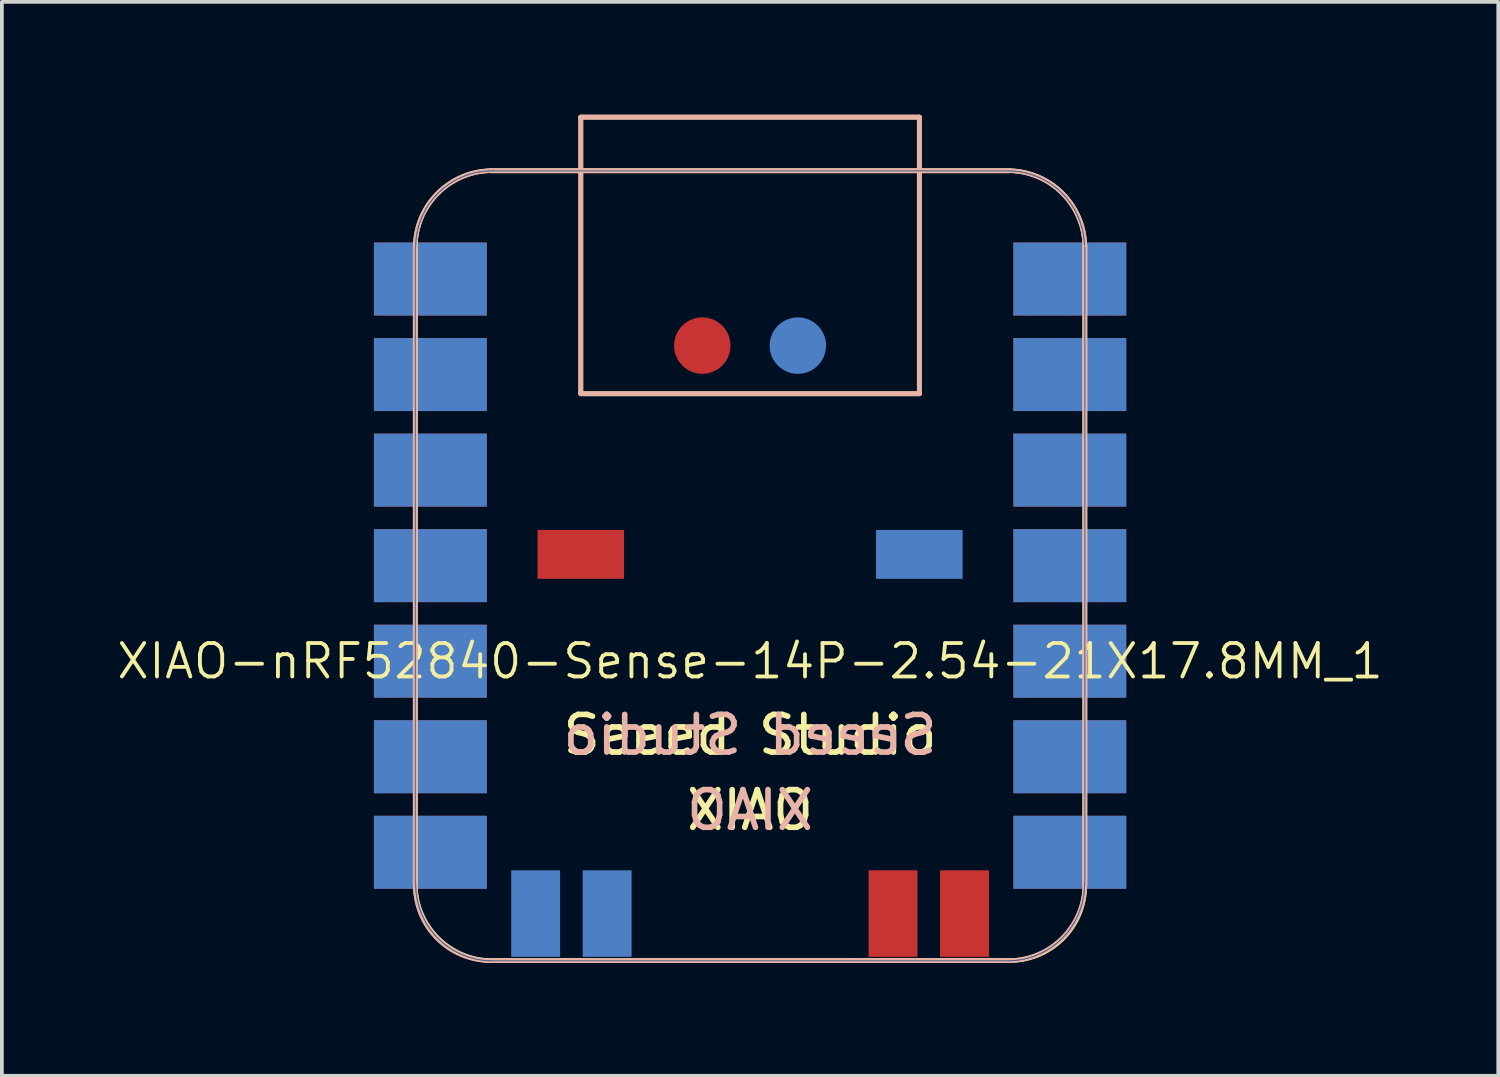
<source format=kicad_pcb>
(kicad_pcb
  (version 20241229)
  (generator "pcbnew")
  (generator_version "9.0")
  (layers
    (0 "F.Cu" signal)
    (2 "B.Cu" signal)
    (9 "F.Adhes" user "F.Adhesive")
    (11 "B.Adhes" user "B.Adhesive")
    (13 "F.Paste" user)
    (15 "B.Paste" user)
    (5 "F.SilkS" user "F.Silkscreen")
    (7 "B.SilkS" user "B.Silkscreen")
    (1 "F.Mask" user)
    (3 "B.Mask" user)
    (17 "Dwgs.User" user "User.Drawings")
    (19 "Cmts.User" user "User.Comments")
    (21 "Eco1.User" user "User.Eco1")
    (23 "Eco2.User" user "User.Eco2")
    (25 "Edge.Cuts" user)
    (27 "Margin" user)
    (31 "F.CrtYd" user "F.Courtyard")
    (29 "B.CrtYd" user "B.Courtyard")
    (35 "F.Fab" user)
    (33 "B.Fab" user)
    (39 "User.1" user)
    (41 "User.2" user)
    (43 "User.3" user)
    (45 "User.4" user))
  (footprint "XIAO-nRF52840-Sense-14P-2.54-21X17.8MM_1"
    (layer "F.Cu")
    (at 16.891 11.988)
    (property "Reference" "XIAO-nRF52840-Sense-14P-2.54-21X17.8MM_1" (at 0 2.54 0) (layer "F.SilkS") (effects (font (size 0.889 0.889) (thickness 0.102))))
    (attr smd)
    (fp_line (start -8.9 -8.5) (end -8.9 8.5) (stroke (width 0.127) (type solid)) (layer "F.SilkS"))
    (fp_line (start -6.9 10.5) (end 6.9 10.5) (stroke (width 0.127) (type solid)) (layer "F.SilkS"))
    (fp_line (start -4.5 -11.924) (end 4.5 -11.924) (stroke (width 0.127) (type solid)) (layer "F.SilkS"))
    (fp_line (start -4.5 -4.571) (end -4.5 -11.924) (stroke (width 0.127) (type solid)) (layer "F.SilkS"))
    (fp_line (start 4.5 -11.924) (end 4.5 -4.571) (stroke (width 0.127) (type solid)) (layer "F.SilkS"))
    (fp_line (start 4.5 -4.571) (end -4.5 -4.571) (stroke (width 0.127) (type solid)) (layer "F.SilkS"))
    (fp_line (start 6.9 -10.499) (end -6.9 -10.499) (stroke (width 0.127) (type solid)) (layer "F.SilkS"))
    (fp_line (start 8.9 8.5) (end 8.9 -8.5) (stroke (width 0.127) (type solid)) (layer "F.SilkS"))
    (fp_arc (start -8.9 -8.5) (mid -8.301491 -9.901491) (end -6.9 -10.5) (stroke (width 0.12) (type solid)) (layer "F.SilkS"))
    (fp_arc (start -6.9 10.5) (mid -8.301423 9.901423) (end -8.9 8.5) (stroke (width 0.12) (type solid)) (layer "F.SilkS"))
    (fp_arc (start 6.9 -10.5) (mid 8.301491 -9.901491) (end 8.9 -8.5) (stroke (width 0.12) (type solid)) (layer "F.SilkS"))
    (fp_arc (start 8.9 8.5) (mid 8.314214 9.914214) (end 6.9 10.5) (stroke (width 0.12) (type solid)) (layer "F.SilkS"))
    (fp_poly (pts (xy -8.888 -8.562) (xy -8.885 -8.61) (xy -8.881 -8.659)) (stroke (width 0.025) (type solid)) (fill no) (layer "F.SilkS"))
    (fp_poly (pts (xy 8.889 8.522) (xy 8.888 8.571) (xy 8.885 8.62) (xy 8.881 8.669) (xy 8.875 8.717) (xy 8.869 8.766) (xy 8.861 8.815) (xy 8.852 8.863) (xy 8.842 8.911)) (stroke (width 0.025) (type solid)) (fill no) (layer "F.SilkS"))
    (fp_line (start -8.9 8.5) (end -8.9 -8.5) (stroke (width 0.127) (type solid)) (layer "B.SilkS"))
    (fp_line (start -6.9 -10.499) (end 6.9 -10.499) (stroke (width 0.127) (type solid)) (layer "B.SilkS"))
    (fp_line (start -4.5 -11.924) (end -4.5 -4.571) (stroke (width 0.127) (type solid)) (layer "B.SilkS"))
    (fp_line (start -4.5 -4.571) (end 4.5 -4.571) (stroke (width 0.127) (type solid)) (layer "B.SilkS"))
    (fp_line (start 4.5 -11.924) (end -4.5 -11.924) (stroke (width 0.127) (type solid)) (layer "B.SilkS"))
    (fp_line (start 4.5 -4.571) (end 4.5 -11.924) (stroke (width 0.127) (type solid)) (layer "B.SilkS"))
    (fp_line (start 6.9 10.5) (end -6.9 10.5) (stroke (width 0.127) (type solid)) (layer "B.SilkS"))
    (fp_line (start 8.9 -8.5) (end 8.9 8.5) (stroke (width 0.127) (type solid)) (layer "B.SilkS"))
    (fp_arc (start -8.9 -8.5) (mid -8.301488 -9.901482) (end -6.9 -10.5) (stroke (width 0.12) (type solid)) (layer "B.SilkS"))
    (fp_arc (start -6.9 10.5) (mid -8.314214 9.914214) (end -8.9 8.5) (stroke (width 0.12) (type solid)) (layer "B.SilkS"))
    (fp_arc (start 6.9 -10.5) (mid 8.301491 -9.901491) (end 8.9 -8.5) (stroke (width 0.12) (type solid)) (layer "B.SilkS"))
    (fp_arc (start 8.9 8.5) (mid 8.301423 9.901423) (end 6.9 10.5) (stroke (width 0.12) (type solid)) (layer "B.SilkS"))
    (fp_poly (pts (xy 8.888 -8.562) (xy 8.885 -8.61) (xy 8.881 -8.659)) (stroke (width 0.025) (type solid)) (fill no) (layer "B.SilkS"))
    (fp_poly (pts (xy -8.889 8.522) (xy -8.888 8.571) (xy -8.885 8.62) (xy -8.881 8.669) (xy -8.875 8.717) (xy -8.869 8.766) (xy -8.861 8.815) (xy -8.852 8.863) (xy -8.842 8.911)) (stroke (width 0.025) (type solid)) (fill no) (layer "B.SilkS"))
    (fp_line (start -8.9 8.473) (end -8.9 -8.463) (stroke (width 0.025) (type solid)) (layer "B.Fab"))
    (fp_line (start -8.89 -8.463) (end -8.889 -8.512) (stroke (width 0.025) (type solid)) (layer "B.Fab"))
    (fp_line (start -8.889 -8.512) (end -8.888 -8.562) (stroke (width 0.025) (type solid)) (layer "B.Fab"))
    (fp_line (start -8.889 8.522) (end -8.89 8.473) (stroke (width 0.025) (type solid)) (layer "B.Fab"))
    (fp_line (start -8.888 -8.562) (end -8.885 -8.61) (stroke (width 0.025) (type solid)) (layer "B.Fab"))
    (fp_line (start -8.888 8.571) (end -8.889 8.522) (stroke (width 0.025) (type solid)) (layer "B.Fab"))
    (fp_line (start -8.885 -8.61) (end -8.881 -8.659) (stroke (width 0.025) (type solid)) (layer "B.Fab"))
    (fp_line (start -8.885 8.62) (end -8.888 8.571) (stroke (width 0.025) (type solid)) (layer "B.Fab"))
    (fp_line (start -8.881 -8.659) (end -8.875 -8.708) (stroke (width 0.025) (type solid)) (layer "B.Fab"))
    (fp_line (start -8.881 8.669) (end -8.885 8.62) (stroke (width 0.025) (type solid)) (layer "B.Fab"))
    (fp_line (start -8.875 -8.708) (end -8.869 -8.757) (stroke (width 0.025) (type solid)) (layer "B.Fab"))
    (fp_line (start -8.875 8.717) (end -8.881 8.669) (stroke (width 0.025) (type solid)) (layer "B.Fab"))
    (fp_line (start -8.869 -8.757) (end -8.861 -8.806) (stroke (width 0.025) (type solid)) (layer "B.Fab"))
    (fp_line (start -8.869 8.766) (end -8.875 8.717) (stroke (width 0.025) (type solid)) (layer "B.Fab"))
    (fp_line (start -8.861 -8.806) (end -8.852 -8.854) (stroke (width 0.025) (type solid)) (layer "B.Fab"))
    (fp_line (start -8.861 8.815) (end -8.869 8.766) (stroke (width 0.025) (type solid)) (layer "B.Fab"))
    (fp_line (start -8.852 -8.854) (end -8.842 -8.902) (stroke (width 0.025) (type solid)) (layer "B.Fab"))
    (fp_line (start -8.852 8.863) (end -8.861 8.815) (stroke (width 0.025) (type solid)) (layer "B.Fab"))
    (fp_line (start -8.842 -8.902) (end -8.831 -8.95) (stroke (width 0.025) (type solid)) (layer "B.Fab"))
    (fp_line (start -8.842 8.911) (end -8.852 8.863) (stroke (width 0.025) (type solid)) (layer "B.Fab"))
    (fp_line (start -8.831 -8.95) (end -8.819 -8.997) (stroke (width 0.025) (type solid)) (layer "B.Fab"))
    (fp_line (start -8.831 8.959) (end -8.842 8.911) (stroke (width 0.025) (type solid)) (layer "B.Fab"))
    (fp_line (start -8.819 -8.997) (end -8.805 -9.045) (stroke (width 0.025) (type solid)) (layer "B.Fab"))
    (fp_line (start -8.819 9.006) (end -8.831 8.959) (stroke (width 0.025) (type solid)) (layer "B.Fab"))
    (fp_line (start -8.805 -9.045) (end -8.79 -9.091) (stroke (width 0.025) (type solid)) (layer "B.Fab"))
    (fp_line (start -8.805 9.054) (end -8.819 9.006) (stroke (width 0.025) (type solid)) (layer "B.Fab"))
    (fp_line (start -8.79 -9.091) (end -8.775 -9.138) (stroke (width 0.025) (type solid)) (layer "B.Fab"))
    (fp_line (start -8.79 9.1) (end -8.805 9.054) (stroke (width 0.025) (type solid)) (layer "B.Fab"))
    (fp_line (start -8.775 -9.138) (end -8.758 -9.184) (stroke (width 0.025) (type solid)) (layer "B.Fab"))
    (fp_line (start -8.775 9.147) (end -8.79 9.1) (stroke (width 0.025) (type solid)) (layer "B.Fab"))
    (fp_line (start -8.758 -9.184) (end -8.74 -9.23) (stroke (width 0.025) (type solid)) (layer "B.Fab"))
    (fp_line (start -8.758 9.193) (end -8.775 9.147) (stroke (width 0.025) (type solid)) (layer "B.Fab"))
    (fp_line (start -8.74 -9.23) (end -8.721 -9.275) (stroke (width 0.025) (type solid)) (layer "B.Fab"))
    (fp_line (start -8.74 9.239) (end -8.758 9.193) (stroke (width 0.025) (type solid)) (layer "B.Fab"))
    (fp_line (start -8.721 -9.275) (end -8.701 -9.32) (stroke (width 0.025) (type solid)) (layer "B.Fab"))
    (fp_line (start -8.721 9.284) (end -8.74 9.239) (stroke (width 0.025) (type solid)) (layer "B.Fab"))
    (fp_line (start -8.701 -9.32) (end -8.679 -9.364) (stroke (width 0.025) (type solid)) (layer "B.Fab"))
    (fp_line (start -8.701 9.329) (end -8.721 9.284) (stroke (width 0.025) (type solid)) (layer "B.Fab"))
    (fp_line (start -8.679 -9.364) (end -8.657 -9.408) (stroke (width 0.025) (type solid)) (layer "B.Fab"))
    (fp_line (start -8.679 9.373) (end -8.701 9.329) (stroke (width 0.025) (type solid)) (layer "B.Fab"))
    (fp_line (start -8.657 -9.408) (end -8.634 -9.451) (stroke (width 0.025) (type solid)) (layer "B.Fab"))
    (fp_line (start -8.657 9.417) (end -8.679 9.373) (stroke (width 0.025) (type solid)) (layer "B.Fab"))
    (fp_line (start -8.634 -9.451) (end -8.61 -9.494) (stroke (width 0.025) (type solid)) (layer "B.Fab"))
    (fp_line (start -8.634 9.46) (end -8.657 9.417) (stroke (width 0.025) (type solid)) (layer "B.Fab"))
    (fp_line (start -8.61 -9.494) (end -8.584 -9.536) (stroke (width 0.025) (type solid)) (layer "B.Fab"))
    (fp_line (start -8.61 9.503) (end -8.634 9.46) (stroke (width 0.025) (type solid)) (layer "B.Fab"))
    (fp_line (start -8.584 -9.536) (end -8.558 -9.577) (stroke (width 0.025) (type solid)) (layer "B.Fab"))
    (fp_line (start -8.584 9.545) (end -8.61 9.503) (stroke (width 0.025) (type solid)) (layer "B.Fab"))
    (fp_line (start -8.558 -9.577) (end -8.53 -9.618) (stroke (width 0.025) (type solid)) (layer "B.Fab"))
    (fp_line (start -8.558 9.586) (end -8.584 9.545) (stroke (width 0.025) (type solid)) (layer "B.Fab"))
    (fp_line (start -8.53 -9.618) (end -8.502 -9.658) (stroke (width 0.025) (type solid)) (layer "B.Fab"))
    (fp_line (start -8.53 9.627) (end -8.558 9.586) (stroke (width 0.025) (type solid)) (layer "B.Fab"))
    (fp_line (start -8.502 -9.658) (end -8.473 -9.697) (stroke (width 0.025) (type solid)) (layer "B.Fab"))
    (fp_line (start -8.502 9.667) (end -8.53 9.627) (stroke (width 0.025) (type solid)) (layer "B.Fab"))
    (fp_line (start -8.473 -9.697) (end -8.442 -9.736) (stroke (width 0.025) (type solid)) (layer "B.Fab"))
    (fp_line (start -8.473 9.706) (end -8.502 9.667) (stroke (width 0.025) (type solid)) (layer "B.Fab"))
    (fp_line (start -8.442 -9.736) (end -8.411 -9.774) (stroke (width 0.025) (type solid)) (layer "B.Fab"))
    (fp_line (start -8.442 9.745) (end -8.473 9.706) (stroke (width 0.025) (type solid)) (layer "B.Fab"))
    (fp_line (start -8.411 -9.774) (end -8.379 -9.811) (stroke (width 0.025) (type solid)) (layer "B.Fab"))
    (fp_line (start -8.411 9.783) (end -8.442 9.745) (stroke (width 0.025) (type solid)) (layer "B.Fab"))
    (fp_line (start -8.379 -9.811) (end -8.346 -9.847) (stroke (width 0.025) (type solid)) (layer "B.Fab"))
    (fp_line (start -8.379 9.82) (end -8.411 9.783) (stroke (width 0.025) (type solid)) (layer "B.Fab"))
    (fp_line (start -8.346 -9.847) (end -8.312 -9.883) (stroke (width 0.025) (type solid)) (layer "B.Fab"))
    (fp_line (start -8.346 9.856) (end -8.379 9.82) (stroke (width 0.025) (type solid)) (layer "B.Fab"))
    (fp_line (start -8.312 -9.883) (end -8.277 -9.918) (stroke (width 0.025) (type solid)) (layer "B.Fab"))
    (fp_line (start -8.312 9.892) (end -8.346 9.856) (stroke (width 0.025) (type solid)) (layer "B.Fab"))
    (fp_line (start -8.277 -9.918) (end -8.242 -9.951) (stroke (width 0.025) (type solid)) (layer "B.Fab"))
    (fp_line (start -8.277 9.927) (end -8.312 9.892) (stroke (width 0.025) (type solid)) (layer "B.Fab"))
    (fp_line (start -8.242 -9.951) (end -8.205 -9.984) (stroke (width 0.025) (type solid)) (layer "B.Fab"))
    (fp_line (start -8.242 9.96) (end -8.277 9.927) (stroke (width 0.025) (type solid)) (layer "B.Fab"))
    (fp_line (start -8.205 -9.984) (end -8.168 -10.017) (stroke (width 0.025) (type solid)) (layer "B.Fab"))
    (fp_line (start -8.205 9.994) (end -8.242 9.96) (stroke (width 0.025) (type solid)) (layer "B.Fab"))
    (fp_line (start -8.168 -10.017) (end -8.13 -10.048) (stroke (width 0.025) (type solid)) (layer "B.Fab"))
    (fp_line (start -8.168 10.026) (end -8.205 9.994) (stroke (width 0.025) (type solid)) (layer "B.Fab"))
    (fp_line (start -8.13 -10.048) (end -8.092 -10.078) (stroke (width 0.025) (type solid)) (layer "B.Fab"))
    (fp_line (start -8.13 10.057) (end -8.168 10.026) (stroke (width 0.025) (type solid)) (layer "B.Fab"))
    (fp_line (start -8.092 -10.078) (end -8.052 -10.107) (stroke (width 0.025) (type solid)) (layer "B.Fab"))
    (fp_line (start -8.092 10.087) (end -8.13 10.057) (stroke (width 0.025) (type solid)) (layer "B.Fab"))
    (fp_line (start -8.052 -10.107) (end -8.012 -10.136) (stroke (width 0.025) (type solid)) (layer "B.Fab"))
    (fp_line (start -8.052 10.116) (end -8.092 10.087) (stroke (width 0.025) (type solid)) (layer "B.Fab"))
    (fp_line (start -8.012 -10.136) (end -7.972 -10.163) (stroke (width 0.025) (type solid)) (layer "B.Fab"))
    (fp_line (start -8.012 10.145) (end -8.052 10.116) (stroke (width 0.025) (type solid)) (layer "B.Fab"))
    (fp_line (start -7.972 -10.163) (end -7.93 -10.19) (stroke (width 0.025) (type solid)) (layer "B.Fab"))
    (fp_line (start -7.972 10.172) (end -8.012 10.145) (stroke (width 0.025) (type solid)) (layer "B.Fab"))
    (fp_line (start -7.93 -10.19) (end -7.888 -10.215) (stroke (width 0.025) (type solid)) (layer "B.Fab"))
    (fp_line (start -7.93 10.199) (end -7.972 10.172) (stroke (width 0.025) (type solid)) (layer "B.Fab"))
    (fp_line (start -7.888 -10.215) (end -7.846 -10.239) (stroke (width 0.025) (type solid)) (layer "B.Fab"))
    (fp_line (start -7.888 10.224) (end -7.93 10.199) (stroke (width 0.025) (type solid)) (layer "B.Fab"))
    (fp_line (start -7.846 -10.239) (end -7.802 -10.263) (stroke (width 0.025) (type solid)) (layer "B.Fab"))
    (fp_line (start -7.846 10.249) (end -7.888 10.224) (stroke (width 0.025) (type solid)) (layer "B.Fab"))
    (fp_line (start -7.802 -10.263) (end -7.759 -10.285) (stroke (width 0.025) (type solid)) (layer "B.Fab"))
    (fp_line (start -7.802 10.272) (end -7.846 10.249) (stroke (width 0.025) (type solid)) (layer "B.Fab"))
    (fp_line (start -7.759 -10.285) (end -7.714 -10.306) (stroke (width 0.025) (type solid)) (layer "B.Fab"))
    (fp_line (start -7.759 10.294) (end -7.802 10.272) (stroke (width 0.025) (type solid)) (layer "B.Fab"))
    (fp_line (start -7.714 -10.306) (end -7.67 -10.326) (stroke (width 0.025) (type solid)) (layer "B.Fab"))
    (fp_line (start -7.714 10.315) (end -7.759 10.294) (stroke (width 0.025) (type solid)) (layer "B.Fab"))
    (fp_line (start -7.67 -10.326) (end -7.624 -10.345) (stroke (width 0.025) (type solid)) (layer "B.Fab"))
    (fp_line (start -7.67 10.335) (end -7.714 10.315) (stroke (width 0.025) (type solid)) (layer "B.Fab"))
    (fp_line (start -7.624 -10.345) (end -7.579 -10.363) (stroke (width 0.025) (type solid)) (layer "B.Fab"))
    (fp_line (start -7.624 10.354) (end -7.67 10.335) (stroke (width 0.025) (type solid)) (layer "B.Fab"))
    (fp_line (start -7.579 -10.363) (end -7.532 -10.38) (stroke (width 0.025) (type solid)) (layer "B.Fab"))
    (fp_line (start -7.579 10.372) (end -7.624 10.354) (stroke (width 0.025) (type solid)) (layer "B.Fab"))
    (fp_line (start -7.532 -10.38) (end -7.486 -10.396) (stroke (width 0.025) (type solid)) (layer "B.Fab"))
    (fp_line (start -7.532 10.389) (end -7.579 10.372) (stroke (width 0.025) (type solid)) (layer "B.Fab"))
    (fp_line (start -7.486 -10.396) (end -7.439 -10.411) (stroke (width 0.025) (type solid)) (layer "B.Fab"))
    (fp_line (start -7.486 10.405) (end -7.532 10.389) (stroke (width 0.025) (type solid)) (layer "B.Fab"))
    (fp_line (start -7.439 -10.411) (end -7.392 -10.424) (stroke (width 0.025) (type solid)) (layer "B.Fab"))
    (fp_line (start -7.439 10.42) (end -7.486 10.405) (stroke (width 0.025) (type solid)) (layer "B.Fab"))
    (fp_line (start -7.392 -10.424) (end -7.344 -10.436) (stroke (width 0.025) (type solid)) (layer "B.Fab"))
    (fp_line (start -7.392 10.433) (end -7.439 10.42) (stroke (width 0.025) (type solid)) (layer "B.Fab"))
    (fp_line (start -7.344 -10.436) (end -7.296 -10.448) (stroke (width 0.025) (type solid)) (layer "B.Fab"))
    (fp_line (start -7.344 10.446) (end -7.392 10.433) (stroke (width 0.025) (type solid)) (layer "B.Fab"))
    (fp_line (start -7.296 -10.448) (end -7.248 -10.458) (stroke (width 0.025) (type solid)) (layer "B.Fab"))
    (fp_line (start -7.296 10.457) (end -7.344 10.446) (stroke (width 0.025) (type solid)) (layer "B.Fab"))
    (fp_line (start -7.248 -10.458) (end -7.2 -10.466) (stroke (width 0.025) (type solid)) (layer "B.Fab"))
    (fp_line (start -7.248 10.467) (end -7.296 10.457) (stroke (width 0.025) (type solid)) (layer "B.Fab"))
    (fp_line (start -7.2 -10.466) (end -7.152 -10.474) (stroke (width 0.025) (type solid)) (layer "B.Fab"))
    (fp_line (start -7.2 10.476) (end -7.248 10.467) (stroke (width 0.025) (type solid)) (layer "B.Fab"))
    (fp_line (start -7.152 -10.474) (end -7.103 -10.481) (stroke (width 0.025) (type solid)) (layer "B.Fab"))
    (fp_line (start -7.152 10.483) (end -7.2 10.476) (stroke (width 0.025) (type solid)) (layer "B.Fab"))
    (fp_line (start -7.103 -10.481) (end -7.054 -10.486) (stroke (width 0.025) (type solid)) (layer "B.Fab"))
    (fp_line (start -7.103 10.49) (end -7.152 10.483) (stroke (width 0.025) (type solid)) (layer "B.Fab"))
    (fp_line (start -7.054 -10.486) (end -7.005 -10.49) (stroke (width 0.025) (type solid)) (layer "B.Fab"))
    (fp_line (start -7.054 10.495) (end -7.103 10.49) (stroke (width 0.025) (type solid)) (layer "B.Fab"))
    (fp_line (start -7.005 -10.49) (end -6.956 -10.493) (stroke (width 0.025) (type solid)) (layer "B.Fab"))
    (fp_line (start -7.005 10.499) (end -7.054 10.495) (stroke (width 0.025) (type solid)) (layer "B.Fab"))
    (fp_line (start -6.956 -10.493) (end -6.907 -10.495) (stroke (width 0.025) (type solid)) (layer "B.Fab"))
    (fp_line (start -6.956 10.502) (end -7.005 10.499) (stroke (width 0.025) (type solid)) (layer "B.Fab"))
    (fp_line (start -6.907 -10.495) (end -6.858 -10.495) (stroke (width 0.025) (type solid)) (layer "B.Fab"))
    (fp_line (start -6.907 10.504) (end -6.956 10.502) (stroke (width 0.025) (type solid)) (layer "B.Fab"))
    (fp_line (start -6.858 -10.495) (end 6.858 -10.495) (stroke (width 0.025) (type solid)) (layer "B.Fab"))
    (fp_line (start -6.858 10.505) (end -6.907 10.504) (stroke (width 0.025) (type solid)) (layer "B.Fab"))
    (fp_line (start 6.858 -10.495) (end 6.907 -10.495) (stroke (width 0.025) (type solid)) (layer "B.Fab"))
    (fp_line (start 6.858 10.505) (end -6.858 10.505) (stroke (width 0.025) (type solid)) (layer "B.Fab"))
    (fp_line (start 6.907 -10.495) (end 6.956 -10.493) (stroke (width 0.025) (type solid)) (layer "B.Fab"))
    (fp_line (start 6.907 10.504) (end 6.858 10.505) (stroke (width 0.025) (type solid)) (layer "B.Fab"))
    (fp_line (start 6.956 -10.493) (end 7.005 -10.49) (stroke (width 0.025) (type solid)) (layer "B.Fab"))
    (fp_line (start 6.956 10.502) (end 6.907 10.504) (stroke (width 0.025) (type solid)) (layer "B.Fab"))
    (fp_line (start 7.005 -10.49) (end 7.054 -10.486) (stroke (width 0.025) (type solid)) (layer "B.Fab"))
    (fp_line (start 7.005 10.499) (end 6.956 10.502) (stroke (width 0.025) (type solid)) (layer "B.Fab"))
    (fp_line (start 7.054 -10.486) (end 7.103 -10.481) (stroke (width 0.025) (type solid)) (layer "B.Fab"))
    (fp_line (start 7.054 10.495) (end 7.005 10.499) (stroke (width 0.025) (type solid)) (layer "B.Fab"))
    (fp_line (start 7.103 -10.481) (end 7.152 -10.474) (stroke (width 0.025) (type solid)) (layer "B.Fab"))
    (fp_line (start 7.103 10.49) (end 7.054 10.495) (stroke (width 0.025) (type solid)) (layer "B.Fab"))
    (fp_line (start 7.152 -10.474) (end 7.2 -10.466) (stroke (width 0.025) (type solid)) (layer "B.Fab"))
    (fp_line (start 7.152 10.483) (end 7.103 10.49) (stroke (width 0.025) (type solid)) (layer "B.Fab"))
    (fp_line (start 7.2 -10.466) (end 7.248 -10.458) (stroke (width 0.025) (type solid)) (layer "B.Fab"))
    (fp_line (start 7.2 10.476) (end 7.152 10.483) (stroke (width 0.025) (type solid)) (layer "B.Fab"))
    (fp_line (start 7.248 -10.458) (end 7.296 -10.448) (stroke (width 0.025) (type solid)) (layer "B.Fab"))
    (fp_line (start 7.248 10.467) (end 7.2 10.476) (stroke (width 0.025) (type solid)) (layer "B.Fab"))
    (fp_line (start 7.296 -10.448) (end 7.344 -10.436) (stroke (width 0.025) (type solid)) (layer "B.Fab"))
    (fp_line (start 7.296 10.457) (end 7.248 10.467) (stroke (width 0.025) (type solid)) (layer "B.Fab"))
    (fp_line (start 7.344 -10.436) (end 7.392 -10.424) (stroke (width 0.025) (type solid)) (layer "B.Fab"))
    (fp_line (start 7.344 10.446) (end 7.296 10.457) (stroke (width 0.025) (type solid)) (layer "B.Fab"))
    (fp_line (start 7.392 -10.424) (end 7.439 -10.411) (stroke (width 0.025) (type solid)) (layer "B.Fab"))
    (fp_line (start 7.392 10.433) (end 7.344 10.446) (stroke (width 0.025) (type solid)) (layer "B.Fab"))
    (fp_line (start 7.439 -10.411) (end 7.486 -10.396) (stroke (width 0.025) (type solid)) (layer "B.Fab"))
    (fp_line (start 7.439 10.42) (end 7.392 10.433) (stroke (width 0.025) (type solid)) (layer "B.Fab"))
    (fp_line (start 7.486 -10.396) (end 7.532 -10.38) (stroke (width 0.025) (type solid)) (layer "B.Fab"))
    (fp_line (start 7.486 10.405) (end 7.439 10.42) (stroke (width 0.025) (type solid)) (layer "B.Fab"))
    (fp_line (start 7.532 -10.38) (end 7.579 -10.363) (stroke (width 0.025) (type solid)) (layer "B.Fab"))
    (fp_line (start 7.532 10.389) (end 7.486 10.405) (stroke (width 0.025) (type solid)) (layer "B.Fab"))
    (fp_line (start 7.579 -10.363) (end 7.624 -10.345) (stroke (width 0.025) (type solid)) (layer "B.Fab"))
    (fp_line (start 7.579 10.372) (end 7.532 10.389) (stroke (width 0.025) (type solid)) (layer "B.Fab"))
    (fp_line (start 7.624 -10.345) (end 7.67 -10.326) (stroke (width 0.025) (type solid)) (layer "B.Fab"))
    (fp_line (start 7.624 10.354) (end 7.579 10.372) (stroke (width 0.025) (type solid)) (layer "B.Fab"))
    (fp_line (start 7.67 -10.326) (end 7.714 -10.306) (stroke (width 0.025) (type solid)) (layer "B.Fab"))
    (fp_line (start 7.67 10.335) (end 7.624 10.354) (stroke (width 0.025) (type solid)) (layer "B.Fab"))
    (fp_line (start 7.714 -10.306) (end 7.759 -10.285) (stroke (width 0.025) (type solid)) (layer "B.Fab"))
    (fp_line (start 7.714 10.315) (end 7.67 10.335) (stroke (width 0.025) (type solid)) (layer "B.Fab"))
    (fp_line (start 7.759 -10.285) (end 7.802 -10.263) (stroke (width 0.025) (type solid)) (layer "B.Fab"))
    (fp_line (start 7.759 10.294) (end 7.714 10.315) (stroke (width 0.025) (type solid)) (layer "B.Fab"))
    (fp_line (start 7.802 -10.263) (end 7.846 -10.239) (stroke (width 0.025) (type solid)) (layer "B.Fab"))
    (fp_line (start 7.802 10.272) (end 7.759 10.294) (stroke (width 0.025) (type solid)) (layer "B.Fab"))
    (fp_line (start 7.846 -10.239) (end 7.888 -10.215) (stroke (width 0.025) (type solid)) (layer "B.Fab"))
    (fp_line (start 7.846 10.249) (end 7.802 10.272) (stroke (width 0.025) (type solid)) (layer "B.Fab"))
    (fp_line (start 7.888 -10.215) (end 7.93 -10.19) (stroke (width 0.025) (type solid)) (layer "B.Fab"))
    (fp_line (start 7.888 10.224) (end 7.846 10.249) (stroke (width 0.025) (type solid)) (layer "B.Fab"))
    (fp_line (start 7.93 -10.19) (end 7.972 -10.163) (stroke (width 0.025) (type solid)) (layer "B.Fab"))
    (fp_line (start 7.93 10.199) (end 7.888 10.224) (stroke (width 0.025) (type solid)) (layer "B.Fab"))
    (fp_line (start 7.972 -10.163) (end 8.012 -10.136) (stroke (width 0.025) (type solid)) (layer "B.Fab"))
    (fp_line (start 7.972 10.172) (end 7.93 10.199) (stroke (width 0.025) (type solid)) (layer "B.Fab"))
    (fp_line (start 8.012 -10.136) (end 8.052 -10.107) (stroke (width 0.025) (type solid)) (layer "B.Fab"))
    (fp_line (start 8.012 10.145) (end 7.972 10.172) (stroke (width 0.025) (type solid)) (layer "B.Fab"))
    (fp_line (start 8.052 -10.107) (end 8.092 -10.078) (stroke (width 0.025) (type solid)) (layer "B.Fab"))
    (fp_line (start 8.052 10.116) (end 8.012 10.145) (stroke (width 0.025) (type solid)) (layer "B.Fab"))
    (fp_line (start 8.092 -10.078) (end 8.13 -10.048) (stroke (width 0.025) (type solid)) (layer "B.Fab"))
    (fp_line (start 8.092 10.087) (end 8.052 10.116) (stroke (width 0.025) (type solid)) (layer "B.Fab"))
    (fp_line (start 8.13 -10.048) (end 8.168 -10.017) (stroke (width 0.025) (type solid)) (layer "B.Fab"))
    (fp_line (start 8.13 10.057) (end 8.092 10.087) (stroke (width 0.025) (type solid)) (layer "B.Fab"))
    (fp_line (start 8.168 -10.017) (end 8.205 -9.984) (stroke (width 0.025) (type solid)) (layer "B.Fab"))
    (fp_line (start 8.168 10.026) (end 8.13 10.057) (stroke (width 0.025) (type solid)) (layer "B.Fab"))
    (fp_line (start 8.205 -9.984) (end 8.242 -9.951) (stroke (width 0.025) (type solid)) (layer "B.Fab"))
    (fp_line (start 8.205 9.994) (end 8.168 10.026) (stroke (width 0.025) (type solid)) (layer "B.Fab"))
    (fp_line (start 8.242 -9.951) (end 8.277 -9.918) (stroke (width 0.025) (type solid)) (layer "B.Fab"))
    (fp_line (start 8.242 9.96) (end 8.205 9.994) (stroke (width 0.025) (type solid)) (layer "B.Fab"))
    (fp_line (start 8.277 -9.918) (end 8.312 -9.883) (stroke (width 0.025) (type solid)) (layer "B.Fab"))
    (fp_line (start 8.277 9.927) (end 8.242 9.96) (stroke (width 0.025) (type solid)) (layer "B.Fab"))
    (fp_line (start 8.312 -9.883) (end 8.346 -9.847) (stroke (width 0.025) (type solid)) (layer "B.Fab"))
    (fp_line (start 8.312 9.892) (end 8.277 9.927) (stroke (width 0.025) (type solid)) (layer "B.Fab"))
    (fp_line (start 8.346 -9.847) (end 8.379 -9.811) (stroke (width 0.025) (type solid)) (layer "B.Fab"))
    (fp_line (start 8.346 9.856) (end 8.312 9.892) (stroke (width 0.025) (type solid)) (layer "B.Fab"))
    (fp_line (start 8.379 -9.811) (end 8.411 -9.774) (stroke (width 0.025) (type solid)) (layer "B.Fab"))
    (fp_line (start 8.379 9.82) (end 8.346 9.856) (stroke (width 0.025) (type solid)) (layer "B.Fab"))
    (fp_line (start 8.411 -9.774) (end 8.442 -9.736) (stroke (width 0.025) (type solid)) (layer "B.Fab"))
    (fp_line (start 8.411 9.783) (end 8.379 9.82) (stroke (width 0.025) (type solid)) (layer "B.Fab"))
    (fp_line (start 8.442 -9.736) (end 8.473 -9.697) (stroke (width 0.025) (type solid)) (layer "B.Fab"))
    (fp_line (start 8.442 9.745) (end 8.411 9.783) (stroke (width 0.025) (type solid)) (layer "B.Fab"))
    (fp_line (start 8.473 -9.697) (end 8.502 -9.658) (stroke (width 0.025) (type solid)) (layer "B.Fab"))
    (fp_line (start 8.473 9.706) (end 8.442 9.745) (stroke (width 0.025) (type solid)) (layer "B.Fab"))
    (fp_line (start 8.502 -9.658) (end 8.53 -9.618) (stroke (width 0.025) (type solid)) (layer "B.Fab"))
    (fp_line (start 8.502 9.667) (end 8.473 9.706) (stroke (width 0.025) (type solid)) (layer "B.Fab"))
    (fp_line (start 8.53 -9.618) (end 8.558 -9.577) (stroke (width 0.025) (type solid)) (layer "B.Fab"))
    (fp_line (start 8.53 9.627) (end 8.502 9.667) (stroke (width 0.025) (type solid)) (layer "B.Fab"))
    (fp_line (start 8.558 -9.577) (end 8.584 -9.536) (stroke (width 0.025) (type solid)) (layer "B.Fab"))
    (fp_line (start 8.558 9.586) (end 8.53 9.627) (stroke (width 0.025) (type solid)) (layer "B.Fab"))
    (fp_line (start 8.584 -9.536) (end 8.61 -9.494) (stroke (width 0.025) (type solid)) (layer "B.Fab"))
    (fp_line (start 8.584 9.545) (end 8.558 9.586) (stroke (width 0.025) (type solid)) (layer "B.Fab"))
    (fp_line (start 8.61 -9.494) (end 8.634 -9.451) (stroke (width 0.025) (type solid)) (layer "B.Fab"))
    (fp_line (start 8.61 9.503) (end 8.584 9.545) (stroke (width 0.025) (type solid)) (layer "B.Fab"))
    (fp_line (start 8.634 -9.451) (end 8.657 -9.408) (stroke (width 0.025) (type solid)) (layer "B.Fab"))
    (fp_line (start 8.634 9.46) (end 8.61 9.503) (stroke (width 0.025) (type solid)) (layer "B.Fab"))
    (fp_line (start 8.657 -9.408) (end 8.679 -9.364) (stroke (width 0.025) (type solid)) (layer "B.Fab"))
    (fp_line (start 8.657 9.417) (end 8.634 9.46) (stroke (width 0.025) (type solid)) (layer "B.Fab"))
    (fp_line (start 8.679 -9.364) (end 8.701 -9.32) (stroke (width 0.025) (type solid)) (layer "B.Fab"))
    (fp_line (start 8.679 9.373) (end 8.657 9.417) (stroke (width 0.025) (type solid)) (layer "B.Fab"))
    (fp_line (start 8.701 -9.32) (end 8.721 -9.275) (stroke (width 0.025) (type solid)) (layer "B.Fab"))
    (fp_line (start 8.701 9.329) (end 8.679 9.373) (stroke (width 0.025) (type solid)) (layer "B.Fab"))
    (fp_line (start 8.721 -9.275) (end 8.74 -9.23) (stroke (width 0.025) (type solid)) (layer "B.Fab"))
    (fp_line (start 8.721 9.284) (end 8.701 9.329) (stroke (width 0.025) (type solid)) (layer "B.Fab"))
    (fp_line (start 8.74 -9.23) (end 8.758 -9.184) (stroke (width 0.025) (type solid)) (layer "B.Fab"))
    (fp_line (start 8.74 9.239) (end 8.721 9.284) (stroke (width 0.025) (type solid)) (layer "B.Fab"))
    (fp_line (start 8.758 -9.184) (end 8.775 -9.138) (stroke (width 0.025) (type solid)) (layer "B.Fab"))
    (fp_line (start 8.758 9.193) (end 8.74 9.239) (stroke (width 0.025) (type solid)) (layer "B.Fab"))
    (fp_line (start 8.775 -9.138) (end 8.79 -9.091) (stroke (width 0.025) (type solid)) (layer "B.Fab"))
    (fp_line (start 8.775 9.147) (end 8.758 9.193) (stroke (width 0.025) (type solid)) (layer "B.Fab"))
    (fp_line (start 8.79 -9.091) (end 8.805 -9.045) (stroke (width 0.025) (type solid)) (layer "B.Fab"))
    (fp_line (start 8.79 9.1) (end 8.775 9.147) (stroke (width 0.025) (type solid)) (layer "B.Fab"))
    (fp_line (start 8.805 -9.045) (end 8.819 -8.997) (stroke (width 0.025) (type solid)) (layer "B.Fab"))
    (fp_line (start 8.805 9.054) (end 8.79 9.1) (stroke (width 0.025) (type solid)) (layer "B.Fab"))
    (fp_line (start 8.819 -8.997) (end 8.831 -8.95) (stroke (width 0.025) (type solid)) (layer "B.Fab"))
    (fp_line (start 8.819 9.006) (end 8.805 9.054) (stroke (width 0.025) (type solid)) (layer "B.Fab"))
    (fp_line (start 8.831 -8.95) (end 8.842 -8.902) (stroke (width 0.025) (type solid)) (layer "B.Fab"))
    (fp_line (start 8.831 8.959) (end 8.819 9.006) (stroke (width 0.025) (type solid)) (layer "B.Fab"))
    (fp_line (start 8.842 -8.902) (end 8.852 -8.854) (stroke (width 0.025) (type solid)) (layer "B.Fab"))
    (fp_line (start 8.842 8.911) (end 8.831 8.959) (stroke (width 0.025) (type solid)) (layer "B.Fab"))
    (fp_line (start 8.852 -8.854) (end 8.861 -8.806) (stroke (width 0.025) (type solid)) (layer "B.Fab"))
    (fp_line (start 8.852 8.863) (end 8.842 8.911) (stroke (width 0.025) (type solid)) (layer "B.Fab"))
    (fp_line (start 8.861 -8.806) (end 8.869 -8.757) (stroke (width 0.025) (type solid)) (layer "B.Fab"))
    (fp_line (start 8.861 8.815) (end 8.852 8.863) (stroke (width 0.025) (type solid)) (layer "B.Fab"))
    (fp_line (start 8.869 -8.757) (end 8.875 -8.708) (stroke (width 0.025) (type solid)) (layer "B.Fab"))
    (fp_line (start 8.869 8.766) (end 8.861 8.815) (stroke (width 0.025) (type solid)) (layer "B.Fab"))
    (fp_line (start 8.875 -8.708) (end 8.881 -8.659) (stroke (width 0.025) (type solid)) (layer "B.Fab"))
    (fp_line (start 8.875 8.717) (end 8.869 8.766) (stroke (width 0.025) (type solid)) (layer "B.Fab"))
    (fp_line (start 8.881 -8.659) (end 8.885 -8.61) (stroke (width 0.025) (type solid)) (layer "B.Fab"))
    (fp_line (start 8.881 8.669) (end 8.875 8.717) (stroke (width 0.025) (type solid)) (layer "B.Fab"))
    (fp_line (start 8.885 -8.61) (end 8.888 -8.562) (stroke (width 0.025) (type solid)) (layer "B.Fab"))
    (fp_line (start 8.885 8.62) (end 8.881 8.669) (stroke (width 0.025) (type solid)) (layer "B.Fab"))
    (fp_line (start 8.888 -8.562) (end 8.889 -8.512) (stroke (width 0.025) (type solid)) (layer "B.Fab"))
    (fp_line (start 8.888 8.571) (end 8.885 8.62) (stroke (width 0.025) (type solid)) (layer "B.Fab"))
    (fp_line (start 8.889 8.522) (end 8.888 8.571) (stroke (width 0.025) (type solid)) (layer "B.Fab"))
    (fp_line (start 8.89 8.473) (end 8.889 8.522) (stroke (width 0.025) (type solid)) (layer "B.Fab"))
    (fp_line (start 8.9 -8.463) (end 8.9 8.473) (stroke (width 0.025) (type solid)) (layer "B.Fab"))
    (fp_line (start -8.9 -8.463) (end -8.9 8.473) (stroke (width 0.025) (type solid)) (layer "F.Fab"))
    (fp_line (start -8.89 8.473) (end -8.889 8.522) (stroke (width 0.025) (type solid)) (layer "F.Fab"))
    (fp_line (start -8.889 8.522) (end -8.888 8.571) (stroke (width 0.025) (type solid)) (layer "F.Fab"))
    (fp_line (start -8.888 -8.562) (end -8.889 -8.512) (stroke (width 0.025) (type solid)) (layer "F.Fab"))
    (fp_line (start -8.888 8.571) (end -8.885 8.62) (stroke (width 0.025) (type solid)) (layer "F.Fab"))
    (fp_line (start -8.885 -8.61) (end -8.888 -8.562) (stroke (width 0.025) (type solid)) (layer "F.Fab"))
    (fp_line (start -8.885 8.62) (end -8.881 8.669) (stroke (width 0.025) (type solid)) (layer "F.Fab"))
    (fp_line (start -8.881 -8.659) (end -8.885 -8.61) (stroke (width 0.025) (type solid)) (layer "F.Fab"))
    (fp_line (start -8.881 8.669) (end -8.875 8.717) (stroke (width 0.025) (type solid)) (layer "F.Fab"))
    (fp_line (start -8.875 -8.708) (end -8.881 -8.659) (stroke (width 0.025) (type solid)) (layer "F.Fab"))
    (fp_line (start -8.875 8.717) (end -8.869 8.766) (stroke (width 0.025) (type solid)) (layer "F.Fab"))
    (fp_line (start -8.869 -8.757) (end -8.875 -8.708) (stroke (width 0.025) (type solid)) (layer "F.Fab"))
    (fp_line (start -8.869 8.766) (end -8.861 8.815) (stroke (width 0.025) (type solid)) (layer "F.Fab"))
    (fp_line (start -8.861 -8.806) (end -8.869 -8.757) (stroke (width 0.025) (type solid)) (layer "F.Fab"))
    (fp_line (start -8.861 8.815) (end -8.852 8.863) (stroke (width 0.025) (type solid)) (layer "F.Fab"))
    (fp_line (start -8.852 -8.854) (end -8.861 -8.806) (stroke (width 0.025) (type solid)) (layer "F.Fab"))
    (fp_line (start -8.852 8.863) (end -8.842 8.911) (stroke (width 0.025) (type solid)) (layer "F.Fab"))
    (fp_line (start -8.842 -8.902) (end -8.852 -8.854) (stroke (width 0.025) (type solid)) (layer "F.Fab"))
    (fp_line (start -8.842 8.911) (end -8.831 8.959) (stroke (width 0.025) (type solid)) (layer "F.Fab"))
    (fp_line (start -8.831 -8.95) (end -8.842 -8.902) (stroke (width 0.025) (type solid)) (layer "F.Fab"))
    (fp_line (start -8.831 8.959) (end -8.819 9.006) (stroke (width 0.025) (type solid)) (layer "F.Fab"))
    (fp_line (start -8.819 -8.997) (end -8.831 -8.95) (stroke (width 0.025) (type solid)) (layer "F.Fab"))
    (fp_line (start -8.819 9.006) (end -8.805 9.054) (stroke (width 0.025) (type solid)) (layer "F.Fab"))
    (fp_line (start -8.805 -9.045) (end -8.819 -8.997) (stroke (width 0.025) (type solid)) (layer "F.Fab"))
    (fp_line (start -8.805 9.054) (end -8.79 9.1) (stroke (width 0.025) (type solid)) (layer "F.Fab"))
    (fp_line (start -8.79 -9.091) (end -8.805 -9.045) (stroke (width 0.025) (type solid)) (layer "F.Fab"))
    (fp_line (start -8.79 9.1) (end -8.775 9.147) (stroke (width 0.025) (type solid)) (layer "F.Fab"))
    (fp_line (start -8.775 -9.138) (end -8.79 -9.091) (stroke (width 0.025) (type solid)) (layer "F.Fab"))
    (fp_line (start -8.775 9.147) (end -8.758 9.193) (stroke (width 0.025) (type solid)) (layer "F.Fab"))
    (fp_line (start -8.758 -9.184) (end -8.775 -9.138) (stroke (width 0.025) (type solid)) (layer "F.Fab"))
    (fp_line (start -8.758 9.193) (end -8.74 9.239) (stroke (width 0.025) (type solid)) (layer "F.Fab"))
    (fp_line (start -8.74 -9.23) (end -8.758 -9.184) (stroke (width 0.025) (type solid)) (layer "F.Fab"))
    (fp_line (start -8.74 9.239) (end -8.721 9.284) (stroke (width 0.025) (type solid)) (layer "F.Fab"))
    (fp_line (start -8.721 -9.275) (end -8.74 -9.23) (stroke (width 0.025) (type solid)) (layer "F.Fab"))
    (fp_line (start -8.721 9.284) (end -8.701 9.329) (stroke (width 0.025) (type solid)) (layer "F.Fab"))
    (fp_line (start -8.701 -9.32) (end -8.721 -9.275) (stroke (width 0.025) (type solid)) (layer "F.Fab"))
    (fp_line (start -8.701 9.329) (end -8.679 9.373) (stroke (width 0.025) (type solid)) (layer "F.Fab"))
    (fp_line (start -8.679 -9.364) (end -8.701 -9.32) (stroke (width 0.025) (type solid)) (layer "F.Fab"))
    (fp_line (start -8.679 9.373) (end -8.657 9.417) (stroke (width 0.025) (type solid)) (layer "F.Fab"))
    (fp_line (start -8.657 -9.408) (end -8.679 -9.364) (stroke (width 0.025) (type solid)) (layer "F.Fab"))
    (fp_line (start -8.657 9.417) (end -8.634 9.46) (stroke (width 0.025) (type solid)) (layer "F.Fab"))
    (fp_line (start -8.634 -9.451) (end -8.657 -9.408) (stroke (width 0.025) (type solid)) (layer "F.Fab"))
    (fp_line (start -8.634 9.46) (end -8.61 9.503) (stroke (width 0.025) (type solid)) (layer "F.Fab"))
    (fp_line (start -8.61 -9.494) (end -8.634 -9.451) (stroke (width 0.025) (type solid)) (layer "F.Fab"))
    (fp_line (start -8.61 9.503) (end -8.584 9.545) (stroke (width 0.025) (type solid)) (layer "F.Fab"))
    (fp_line (start -8.584 -9.536) (end -8.61 -9.494) (stroke (width 0.025) (type solid)) (layer "F.Fab"))
    (fp_line (start -8.584 9.545) (end -8.558 9.586) (stroke (width 0.025) (type solid)) (layer "F.Fab"))
    (fp_line (start -8.558 -9.577) (end -8.584 -9.536) (stroke (width 0.025) (type solid)) (layer "F.Fab"))
    (fp_line (start -8.558 9.586) (end -8.53 9.627) (stroke (width 0.025) (type solid)) (layer "F.Fab"))
    (fp_line (start -8.53 -9.618) (end -8.558 -9.577) (stroke (width 0.025) (type solid)) (layer "F.Fab"))
    (fp_line (start -8.53 9.627) (end -8.502 9.667) (stroke (width 0.025) (type solid)) (layer "F.Fab"))
    (fp_line (start -8.502 -9.658) (end -8.53 -9.618) (stroke (width 0.025) (type solid)) (layer "F.Fab"))
    (fp_line (start -8.502 9.667) (end -8.473 9.706) (stroke (width 0.025) (type solid)) (layer "F.Fab"))
    (fp_line (start -8.473 -9.697) (end -8.502 -9.658) (stroke (width 0.025) (type solid)) (layer "F.Fab"))
    (fp_line (start -8.473 9.706) (end -8.442 9.745) (stroke (width 0.025) (type solid)) (layer "F.Fab"))
    (fp_line (start -8.442 -9.736) (end -8.473 -9.697) (stroke (width 0.025) (type solid)) (layer "F.Fab"))
    (fp_line (start -8.442 9.745) (end -8.411 9.783) (stroke (width 0.025) (type solid)) (layer "F.Fab"))
    (fp_line (start -8.411 -9.774) (end -8.442 -9.736) (stroke (width 0.025) (type solid)) (layer "F.Fab"))
    (fp_line (start -8.411 9.783) (end -8.379 9.82) (stroke (width 0.025) (type solid)) (layer "F.Fab"))
    (fp_line (start -8.379 -9.811) (end -8.411 -9.774) (stroke (width 0.025) (type solid)) (layer "F.Fab"))
    (fp_line (start -8.379 9.82) (end -8.346 9.856) (stroke (width 0.025) (type solid)) (layer "F.Fab"))
    (fp_line (start -8.346 -9.847) (end -8.379 -9.811) (stroke (width 0.025) (type solid)) (layer "F.Fab"))
    (fp_line (start -8.346 9.856) (end -8.312 9.892) (stroke (width 0.025) (type solid)) (layer "F.Fab"))
    (fp_line (start -8.312 -9.883) (end -8.346 -9.847) (stroke (width 0.025) (type solid)) (layer "F.Fab"))
    (fp_line (start -8.312 9.892) (end -8.277 9.927) (stroke (width 0.025) (type solid)) (layer "F.Fab"))
    (fp_line (start -8.277 -9.918) (end -8.312 -9.883) (stroke (width 0.025) (type solid)) (layer "F.Fab"))
    (fp_line (start -8.277 9.927) (end -8.242 9.96) (stroke (width 0.025) (type solid)) (layer "F.Fab"))
    (fp_line (start -8.242 -9.951) (end -8.277 -9.918) (stroke (width 0.025) (type solid)) (layer "F.Fab"))
    (fp_line (start -8.242 9.96) (end -8.205 9.994) (stroke (width 0.025) (type solid)) (layer "F.Fab"))
    (fp_line (start -8.205 -9.984) (end -8.242 -9.951) (stroke (width 0.025) (type solid)) (layer "F.Fab"))
    (fp_line (start -8.205 9.994) (end -8.168 10.026) (stroke (width 0.025) (type solid)) (layer "F.Fab"))
    (fp_line (start -8.168 -10.017) (end -8.205 -9.984) (stroke (width 0.025) (type solid)) (layer "F.Fab"))
    (fp_line (start -8.168 10.026) (end -8.13 10.057) (stroke (width 0.025) (type solid)) (layer "F.Fab"))
    (fp_line (start -8.13 -10.048) (end -8.168 -10.017) (stroke (width 0.025) (type solid)) (layer "F.Fab"))
    (fp_line (start -8.13 10.057) (end -8.092 10.087) (stroke (width 0.025) (type solid)) (layer "F.Fab"))
    (fp_line (start -8.092 -10.078) (end -8.13 -10.048) (stroke (width 0.025) (type solid)) (layer "F.Fab"))
    (fp_line (start -8.092 10.087) (end -8.052 10.116) (stroke (width 0.025) (type solid)) (layer "F.Fab"))
    (fp_line (start -8.052 -10.107) (end -8.092 -10.078) (stroke (width 0.025) (type solid)) (layer "F.Fab"))
    (fp_line (start -8.052 10.116) (end -8.012 10.145) (stroke (width 0.025) (type solid)) (layer "F.Fab"))
    (fp_line (start -8.012 -10.136) (end -8.052 -10.107) (stroke (width 0.025) (type solid)) (layer "F.Fab"))
    (fp_line (start -8.012 10.145) (end -7.972 10.172) (stroke (width 0.025) (type solid)) (layer "F.Fab"))
    (fp_line (start -7.972 -10.163) (end -8.012 -10.136) (stroke (width 0.025) (type solid)) (layer "F.Fab"))
    (fp_line (start -7.972 10.172) (end -7.93 10.199) (stroke (width 0.025) (type solid)) (layer "F.Fab"))
    (fp_line (start -7.93 -10.19) (end -7.972 -10.163) (stroke (width 0.025) (type solid)) (layer "F.Fab"))
    (fp_line (start -7.93 10.199) (end -7.888 10.224) (stroke (width 0.025) (type solid)) (layer "F.Fab"))
    (fp_line (start -7.888 -10.215) (end -7.93 -10.19) (stroke (width 0.025) (type solid)) (layer "F.Fab"))
    (fp_line (start -7.888 10.224) (end -7.846 10.249) (stroke (width 0.025) (type solid)) (layer "F.Fab"))
    (fp_line (start -7.846 -10.239) (end -7.888 -10.215) (stroke (width 0.025) (type solid)) (layer "F.Fab"))
    (fp_line (start -7.846 10.249) (end -7.802 10.272) (stroke (width 0.025) (type solid)) (layer "F.Fab"))
    (fp_line (start -7.802 -10.263) (end -7.846 -10.239) (stroke (width 0.025) (type solid)) (layer "F.Fab"))
    (fp_line (start -7.802 10.272) (end -7.759 10.294) (stroke (width 0.025) (type solid)) (layer "F.Fab"))
    (fp_line (start -7.759 -10.285) (end -7.802 -10.263) (stroke (width 0.025) (type solid)) (layer "F.Fab"))
    (fp_line (start -7.759 10.294) (end -7.714 10.315) (stroke (width 0.025) (type solid)) (layer "F.Fab"))
    (fp_line (start -7.714 -10.306) (end -7.759 -10.285) (stroke (width 0.025) (type solid)) (layer "F.Fab"))
    (fp_line (start -7.714 10.315) (end -7.67 10.335) (stroke (width 0.025) (type solid)) (layer "F.Fab"))
    (fp_line (start -7.67 -10.326) (end -7.714 -10.306) (stroke (width 0.025) (type solid)) (layer "F.Fab"))
    (fp_line (start -7.67 10.335) (end -7.624 10.354) (stroke (width 0.025) (type solid)) (layer "F.Fab"))
    (fp_line (start -7.624 -10.345) (end -7.67 -10.326) (stroke (width 0.025) (type solid)) (layer "F.Fab"))
    (fp_line (start -7.624 10.354) (end -7.579 10.372) (stroke (width 0.025) (type solid)) (layer "F.Fab"))
    (fp_line (start -7.579 -10.363) (end -7.624 -10.345) (stroke (width 0.025) (type solid)) (layer "F.Fab"))
    (fp_line (start -7.579 10.372) (end -7.532 10.389) (stroke (width 0.025) (type solid)) (layer "F.Fab"))
    (fp_line (start -7.532 -10.38) (end -7.579 -10.363) (stroke (width 0.025) (type solid)) (layer "F.Fab"))
    (fp_line (start -7.532 10.389) (end -7.486 10.405) (stroke (width 0.025) (type solid)) (layer "F.Fab"))
    (fp_line (start -7.486 -10.396) (end -7.532 -10.38) (stroke (width 0.025) (type solid)) (layer "F.Fab"))
    (fp_line (start -7.486 10.405) (end -7.439 10.42) (stroke (width 0.025) (type solid)) (layer "F.Fab"))
    (fp_line (start -7.439 -10.411) (end -7.486 -10.396) (stroke (width 0.025) (type solid)) (layer "F.Fab"))
    (fp_line (start -7.439 10.42) (end -7.392 10.433) (stroke (width 0.025) (type solid)) (layer "F.Fab"))
    (fp_line (start -7.392 -10.424) (end -7.439 -10.411) (stroke (width 0.025) (type solid)) (layer "F.Fab"))
    (fp_line (start -7.392 10.433) (end -7.344 10.446) (stroke (width 0.025) (type solid)) (layer "F.Fab"))
    (fp_line (start -7.344 -10.436) (end -7.392 -10.424) (stroke (width 0.025) (type solid)) (layer "F.Fab"))
    (fp_line (start -7.344 10.446) (end -7.296 10.457) (stroke (width 0.025) (type solid)) (layer "F.Fab"))
    (fp_line (start -7.296 -10.448) (end -7.344 -10.436) (stroke (width 0.025) (type solid)) (layer "F.Fab"))
    (fp_line (start -7.296 10.457) (end -7.248 10.467) (stroke (width 0.025) (type solid)) (layer "F.Fab"))
    (fp_line (start -7.248 -10.458) (end -7.296 -10.448) (stroke (width 0.025) (type solid)) (layer "F.Fab"))
    (fp_line (start -7.248 10.467) (end -7.2 10.476) (stroke (width 0.025) (type solid)) (layer "F.Fab"))
    (fp_line (start -7.2 -10.466) (end -7.248 -10.458) (stroke (width 0.025) (type solid)) (layer "F.Fab"))
    (fp_line (start -7.2 10.476) (end -7.152 10.483) (stroke (width 0.025) (type solid)) (layer "F.Fab"))
    (fp_line (start -7.152 -10.474) (end -7.2 -10.466) (stroke (width 0.025) (type solid)) (layer "F.Fab"))
    (fp_line (start -7.152 10.483) (end -7.103 10.49) (stroke (width 0.025) (type solid)) (layer "F.Fab"))
    (fp_line (start -7.103 -10.481) (end -7.152 -10.474) (stroke (width 0.025) (type solid)) (layer "F.Fab"))
    (fp_line (start -7.103 10.49) (end -7.054 10.495) (stroke (width 0.025) (type solid)) (layer "F.Fab"))
    (fp_line (start -7.054 -10.486) (end -7.103 -10.481) (stroke (width 0.025) (type solid)) (layer "F.Fab"))
    (fp_line (start -7.054 10.495) (end -7.005 10.499) (stroke (width 0.025) (type solid)) (layer "F.Fab"))
    (fp_line (start -7.005 -10.49) (end -7.054 -10.486) (stroke (width 0.025) (type solid)) (layer "F.Fab"))
    (fp_line (start -7.005 10.499) (end -6.956 10.502) (stroke (width 0.025) (type solid)) (layer "F.Fab"))
    (fp_line (start -6.956 -10.493) (end -7.005 -10.49) (stroke (width 0.025) (type solid)) (layer "F.Fab"))
    (fp_line (start -6.956 10.502) (end -6.907 10.504) (stroke (width 0.025) (type solid)) (layer "F.Fab"))
    (fp_line (start -6.907 -10.495) (end -6.956 -10.493) (stroke (width 0.025) (type solid)) (layer "F.Fab"))
    (fp_line (start -6.907 10.504) (end -6.858 10.505) (stroke (width 0.025) (type solid)) (layer "F.Fab"))
    (fp_line (start -6.858 -10.495) (end -6.907 -10.495) (stroke (width 0.025) (type solid)) (layer "F.Fab"))
    (fp_line (start -6.858 10.505) (end 6.858 10.505) (stroke (width 0.025) (type solid)) (layer "F.Fab"))
    (fp_line (start 6.858 -10.495) (end -6.858 -10.495) (stroke (width 0.025) (type solid)) (layer "F.Fab"))
    (fp_line (start 6.858 10.505) (end 6.907 10.504) (stroke (width 0.025) (type solid)) (layer "F.Fab"))
    (fp_line (start 6.907 -10.495) (end 6.858 -10.495) (stroke (width 0.025) (type solid)) (layer "F.Fab"))
    (fp_line (start 6.907 10.504) (end 6.956 10.502) (stroke (width 0.025) (type solid)) (layer "F.Fab"))
    (fp_line (start 6.956 -10.493) (end 6.907 -10.495) (stroke (width 0.025) (type solid)) (layer "F.Fab"))
    (fp_line (start 6.956 10.502) (end 7.005 10.499) (stroke (width 0.025) (type solid)) (layer "F.Fab"))
    (fp_line (start 7.005 -10.49) (end 6.956 -10.493) (stroke (width 0.025) (type solid)) (layer "F.Fab"))
    (fp_line (start 7.005 10.499) (end 7.054 10.495) (stroke (width 0.025) (type solid)) (layer "F.Fab"))
    (fp_line (start 7.054 -10.486) (end 7.005 -10.49) (stroke (width 0.025) (type solid)) (layer "F.Fab"))
    (fp_line (start 7.054 10.495) (end 7.103 10.49) (stroke (width 0.025) (type solid)) (layer "F.Fab"))
    (fp_line (start 7.103 -10.481) (end 7.054 -10.486) (stroke (width 0.025) (type solid)) (layer "F.Fab"))
    (fp_line (start 7.103 10.49) (end 7.152 10.483) (stroke (width 0.025) (type solid)) (layer "F.Fab"))
    (fp_line (start 7.152 -10.474) (end 7.103 -10.481) (stroke (width 0.025) (type solid)) (layer "F.Fab"))
    (fp_line (start 7.152 10.483) (end 7.2 10.476) (stroke (width 0.025) (type solid)) (layer "F.Fab"))
    (fp_line (start 7.2 -10.466) (end 7.152 -10.474) (stroke (width 0.025) (type solid)) (layer "F.Fab"))
    (fp_line (start 7.2 10.476) (end 7.248 10.467) (stroke (width 0.025) (type solid)) (layer "F.Fab"))
    (fp_line (start 7.248 -10.458) (end 7.2 -10.466) (stroke (width 0.025) (type solid)) (layer "F.Fab"))
    (fp_line (start 7.248 10.467) (end 7.296 10.457) (stroke (width 0.025) (type solid)) (layer "F.Fab"))
    (fp_line (start 7.296 -10.448) (end 7.248 -10.458) (stroke (width 0.025) (type solid)) (layer "F.Fab"))
    (fp_line (start 7.296 10.457) (end 7.344 10.446) (stroke (width 0.025) (type solid)) (layer "F.Fab"))
    (fp_line (start 7.344 -10.436) (end 7.296 -10.448) (stroke (width 0.025) (type solid)) (layer "F.Fab"))
    (fp_line (start 7.344 10.446) (end 7.392 10.433) (stroke (width 0.025) (type solid)) (layer "F.Fab"))
    (fp_line (start 7.392 -10.424) (end 7.344 -10.436) (stroke (width 0.025) (type solid)) (layer "F.Fab"))
    (fp_line (start 7.392 10.433) (end 7.439 10.42) (stroke (width 0.025) (type solid)) (layer "F.Fab"))
    (fp_line (start 7.439 -10.411) (end 7.392 -10.424) (stroke (width 0.025) (type solid)) (layer "F.Fab"))
    (fp_line (start 7.439 10.42) (end 7.486 10.405) (stroke (width 0.025) (type solid)) (layer "F.Fab"))
    (fp_line (start 7.486 -10.396) (end 7.439 -10.411) (stroke (width 0.025) (type solid)) (layer "F.Fab"))
    (fp_line (start 7.486 10.405) (end 7.532 10.389) (stroke (width 0.025) (type solid)) (layer "F.Fab"))
    (fp_line (start 7.532 -10.38) (end 7.486 -10.396) (stroke (width 0.025) (type solid)) (layer "F.Fab"))
    (fp_line (start 7.532 10.389) (end 7.579 10.372) (stroke (width 0.025) (type solid)) (layer "F.Fab"))
    (fp_line (start 7.579 -10.363) (end 7.532 -10.38) (stroke (width 0.025) (type solid)) (layer "F.Fab"))
    (fp_line (start 7.579 10.372) (end 7.624 10.354) (stroke (width 0.025) (type solid)) (layer "F.Fab"))
    (fp_line (start 7.624 -10.345) (end 7.579 -10.363) (stroke (width 0.025) (type solid)) (layer "F.Fab"))
    (fp_line (start 7.624 10.354) (end 7.67 10.335) (stroke (width 0.025) (type solid)) (layer "F.Fab"))
    (fp_line (start 7.67 -10.326) (end 7.624 -10.345) (stroke (width 0.025) (type solid)) (layer "F.Fab"))
    (fp_line (start 7.67 10.335) (end 7.714 10.315) (stroke (width 0.025) (type solid)) (layer "F.Fab"))
    (fp_line (start 7.714 -10.306) (end 7.67 -10.326) (stroke (width 0.025) (type solid)) (layer "F.Fab"))
    (fp_line (start 7.714 10.315) (end 7.759 10.294) (stroke (width 0.025) (type solid)) (layer "F.Fab"))
    (fp_line (start 7.759 -10.285) (end 7.714 -10.306) (stroke (width 0.025) (type solid)) (layer "F.Fab"))
    (fp_line (start 7.759 10.294) (end 7.802 10.272) (stroke (width 0.025) (type solid)) (layer "F.Fab"))
    (fp_line (start 7.802 -10.263) (end 7.759 -10.285) (stroke (width 0.025) (type solid)) (layer "F.Fab"))
    (fp_line (start 7.802 10.272) (end 7.846 10.249) (stroke (width 0.025) (type solid)) (layer "F.Fab"))
    (fp_line (start 7.846 -10.239) (end 7.802 -10.263) (stroke (width 0.025) (type solid)) (layer "F.Fab"))
    (fp_line (start 7.846 10.249) (end 7.888 10.224) (stroke (width 0.025) (type solid)) (layer "F.Fab"))
    (fp_line (start 7.888 -10.215) (end 7.846 -10.239) (stroke (width 0.025) (type solid)) (layer "F.Fab"))
    (fp_line (start 7.888 10.224) (end 7.93 10.199) (stroke (width 0.025) (type solid)) (layer "F.Fab"))
    (fp_line (start 7.93 -10.19) (end 7.888 -10.215) (stroke (width 0.025) (type solid)) (layer "F.Fab"))
    (fp_line (start 7.93 10.199) (end 7.972 10.172) (stroke (width 0.025) (type solid)) (layer "F.Fab"))
    (fp_line (start 7.972 -10.163) (end 7.93 -10.19) (stroke (width 0.025) (type solid)) (layer "F.Fab"))
    (fp_line (start 7.972 10.172) (end 8.012 10.145) (stroke (width 0.025) (type solid)) (layer "F.Fab"))
    (fp_line (start 8.012 -10.136) (end 7.972 -10.163) (stroke (width 0.025) (type solid)) (layer "F.Fab"))
    (fp_line (start 8.012 10.145) (end 8.052 10.116) (stroke (width 0.025) (type solid)) (layer "F.Fab"))
    (fp_line (start 8.052 -10.107) (end 8.012 -10.136) (stroke (width 0.025) (type solid)) (layer "F.Fab"))
    (fp_line (start 8.052 10.116) (end 8.092 10.087) (stroke (width 0.025) (type solid)) (layer "F.Fab"))
    (fp_line (start 8.092 -10.078) (end 8.052 -10.107) (stroke (width 0.025) (type solid)) (layer "F.Fab"))
    (fp_line (start 8.092 10.087) (end 8.13 10.057) (stroke (width 0.025) (type solid)) (layer "F.Fab"))
    (fp_line (start 8.13 -10.048) (end 8.092 -10.078) (stroke (width 0.025) (type solid)) (layer "F.Fab"))
    (fp_line (start 8.13 10.057) (end 8.168 10.026) (stroke (width 0.025) (type solid)) (layer "F.Fab"))
    (fp_line (start 8.168 -10.017) (end 8.13 -10.048) (stroke (width 0.025) (type solid)) (layer "F.Fab"))
    (fp_line (start 8.168 10.026) (end 8.205 9.994) (stroke (width 0.025) (type solid)) (layer "F.Fab"))
    (fp_line (start 8.205 -9.984) (end 8.168 -10.017) (stroke (width 0.025) (type solid)) (layer "F.Fab"))
    (fp_line (start 8.205 9.994) (end 8.242 9.96) (stroke (width 0.025) (type solid)) (layer "F.Fab"))
    (fp_line (start 8.242 -9.951) (end 8.205 -9.984) (stroke (width 0.025) (type solid)) (layer "F.Fab"))
    (fp_line (start 8.242 9.96) (end 8.277 9.927) (stroke (width 0.025) (type solid)) (layer "F.Fab"))
    (fp_line (start 8.277 -9.918) (end 8.242 -9.951) (stroke (width 0.025) (type solid)) (layer "F.Fab"))
    (fp_line (start 8.277 9.927) (end 8.312 9.892) (stroke (width 0.025) (type solid)) (layer "F.Fab"))
    (fp_line (start 8.312 -9.883) (end 8.277 -9.918) (stroke (width 0.025) (type solid)) (layer "F.Fab"))
    (fp_line (start 8.312 9.892) (end 8.346 9.856) (stroke (width 0.025) (type solid)) (layer "F.Fab"))
    (fp_line (start 8.346 -9.847) (end 8.312 -9.883) (stroke (width 0.025) (type solid)) (layer "F.Fab"))
    (fp_line (start 8.346 9.856) (end 8.379 9.82) (stroke (width 0.025) (type solid)) (layer "F.Fab"))
    (fp_line (start 8.379 -9.811) (end 8.346 -9.847) (stroke (width 0.025) (type solid)) (layer "F.Fab"))
    (fp_line (start 8.379 9.82) (end 8.411 9.783) (stroke (width 0.025) (type solid)) (layer "F.Fab"))
    (fp_line (start 8.411 -9.774) (end 8.379 -9.811) (stroke (width 0.025) (type solid)) (layer "F.Fab"))
    (fp_line (start 8.411 9.783) (end 8.442 9.745) (stroke (width 0.025) (type solid)) (layer "F.Fab"))
    (fp_line (start 8.442 -9.736) (end 8.411 -9.774) (stroke (width 0.025) (type solid)) (layer "F.Fab"))
    (fp_line (start 8.442 9.745) (end 8.473 9.706) (stroke (width 0.025) (type solid)) (layer "F.Fab"))
    (fp_line (start 8.473 -9.697) (end 8.442 -9.736) (stroke (width 0.025) (type solid)) (layer "F.Fab"))
    (fp_line (start 8.473 9.706) (end 8.502 9.667) (stroke (width 0.025) (type solid)) (layer "F.Fab"))
    (fp_line (start 8.502 -9.658) (end 8.473 -9.697) (stroke (width 0.025) (type solid)) (layer "F.Fab"))
    (fp_line (start 8.502 9.667) (end 8.53 9.627) (stroke (width 0.025) (type solid)) (layer "F.Fab"))
    (fp_line (start 8.53 -9.618) (end 8.502 -9.658) (stroke (width 0.025) (type solid)) (layer "F.Fab"))
    (fp_line (start 8.53 9.627) (end 8.558 9.586) (stroke (width 0.025) (type solid)) (layer "F.Fab"))
    (fp_line (start 8.558 -9.577) (end 8.53 -9.618) (stroke (width 0.025) (type solid)) (layer "F.Fab"))
    (fp_line (start 8.558 9.586) (end 8.584 9.545) (stroke (width 0.025) (type solid)) (layer "F.Fab"))
    (fp_line (start 8.584 -9.536) (end 8.558 -9.577) (stroke (width 0.025) (type solid)) (layer "F.Fab"))
    (fp_line (start 8.584 9.545) (end 8.61 9.503) (stroke (width 0.025) (type solid)) (layer "F.Fab"))
    (fp_line (start 8.61 -9.494) (end 8.584 -9.536) (stroke (width 0.025) (type solid)) (layer "F.Fab"))
    (fp_line (start 8.61 9.503) (end 8.634 9.46) (stroke (width 0.025) (type solid)) (layer "F.Fab"))
    (fp_line (start 8.634 -9.451) (end 8.61 -9.494) (stroke (width 0.025) (type solid)) (layer "F.Fab"))
    (fp_line (start 8.634 9.46) (end 8.657 9.417) (stroke (width 0.025) (type solid)) (layer "F.Fab"))
    (fp_line (start 8.657 -9.408) (end 8.634 -9.451) (stroke (width 0.025) (type solid)) (layer "F.Fab"))
    (fp_line (start 8.657 9.417) (end 8.679 9.373) (stroke (width 0.025) (type solid)) (layer "F.Fab"))
    (fp_line (start 8.679 -9.364) (end 8.657 -9.408) (stroke (width 0.025) (type solid)) (layer "F.Fab"))
    (fp_line (start 8.679 9.373) (end 8.701 9.329) (stroke (width 0.025) (type solid)) (layer "F.Fab"))
    (fp_line (start 8.701 -9.32) (end 8.679 -9.364) (stroke (width 0.025) (type solid)) (layer "F.Fab"))
    (fp_line (start 8.701 9.329) (end 8.721 9.284) (stroke (width 0.025) (type solid)) (layer "F.Fab"))
    (fp_line (start 8.721 -9.275) (end 8.701 -9.32) (stroke (width 0.025) (type solid)) (layer "F.Fab"))
    (fp_line (start 8.721 9.284) (end 8.74 9.239) (stroke (width 0.025) (type solid)) (layer "F.Fab"))
    (fp_line (start 8.74 -9.23) (end 8.721 -9.275) (stroke (width 0.025) (type solid)) (layer "F.Fab"))
    (fp_line (start 8.74 9.239) (end 8.758 9.193) (stroke (width 0.025) (type solid)) (layer "F.Fab"))
    (fp_line (start 8.758 -9.184) (end 8.74 -9.23) (stroke (width 0.025) (type solid)) (layer "F.Fab"))
    (fp_line (start 8.758 9.193) (end 8.775 9.147) (stroke (width 0.025) (type solid)) (layer "F.Fab"))
    (fp_line (start 8.775 -9.138) (end 8.758 -9.184) (stroke (width 0.025) (type solid)) (layer "F.Fab"))
    (fp_line (start 8.775 9.147) (end 8.79 9.1) (stroke (width 0.025) (type solid)) (layer "F.Fab"))
    (fp_line (start 8.79 -9.091) (end 8.775 -9.138) (stroke (width 0.025) (type solid)) (layer "F.Fab"))
    (fp_line (start 8.79 9.1) (end 8.805 9.054) (stroke (width 0.025) (type solid)) (layer "F.Fab"))
    (fp_line (start 8.805 -9.045) (end 8.79 -9.091) (stroke (width 0.025) (type solid)) (layer "F.Fab"))
    (fp_line (start 8.805 9.054) (end 8.819 9.006) (stroke (width 0.025) (type solid)) (layer "F.Fab"))
    (fp_line (start 8.819 -8.997) (end 8.805 -9.045) (stroke (width 0.025) (type solid)) (layer "F.Fab"))
    (fp_line (start 8.819 9.006) (end 8.831 8.959) (stroke (width 0.025) (type solid)) (layer "F.Fab"))
    (fp_line (start 8.831 -8.95) (end 8.819 -8.997) (stroke (width 0.025) (type solid)) (layer "F.Fab"))
    (fp_line (start 8.831 8.959) (end 8.842 8.911) (stroke (width 0.025) (type solid)) (layer "F.Fab"))
    (fp_line (start 8.842 -8.902) (end 8.831 -8.95) (stroke (width 0.025) (type solid)) (layer "F.Fab"))
    (fp_line (start 8.842 8.911) (end 8.852 8.863) (stroke (width 0.025) (type solid)) (layer "F.Fab"))
    (fp_line (start 8.852 -8.854) (end 8.842 -8.902) (stroke (width 0.025) (type solid)) (layer "F.Fab"))
    (fp_line (start 8.852 8.863) (end 8.861 8.815) (stroke (width 0.025) (type solid)) (layer "F.Fab"))
    (fp_line (start 8.861 -8.806) (end 8.852 -8.854) (stroke (width 0.025) (type solid)) (layer "F.Fab"))
    (fp_line (start 8.861 8.815) (end 8.869 8.766) (stroke (width 0.025) (type solid)) (layer "F.Fab"))
    (fp_line (start 8.869 -8.757) (end 8.861 -8.806) (stroke (width 0.025) (type solid)) (layer "F.Fab"))
    (fp_line (start 8.869 8.766) (end 8.875 8.717) (stroke (width 0.025) (type solid)) (layer "F.Fab"))
    (fp_line (start 8.875 -8.708) (end 8.869 -8.757) (stroke (width 0.025) (type solid)) (layer "F.Fab"))
    (fp_line (start 8.875 8.717) (end 8.881 8.669) (stroke (width 0.025) (type solid)) (layer "F.Fab"))
    (fp_line (start 8.881 -8.659) (end 8.875 -8.708) (stroke (width 0.025) (type solid)) (layer "F.Fab"))
    (fp_line (start 8.881 8.669) (end 8.885 8.62) (stroke (width 0.025) (type solid)) (layer "F.Fab"))
    (fp_line (start 8.885 -8.61) (end 8.881 -8.659) (stroke (width 0.025) (type solid)) (layer "F.Fab"))
    (fp_line (start 8.885 8.62) (end 8.888 8.571) (stroke (width 0.025) (type solid)) (layer "F.Fab"))
    (fp_line (start 8.888 -8.562) (end 8.885 -8.61) (stroke (width 0.025) (type solid)) (layer "F.Fab"))
    (fp_line (start 8.888 8.571) (end 8.889 8.522) (stroke (width 0.025) (type solid)) (layer "F.Fab"))
    (fp_line (start 8.889 -8.512) (end 8.888 -8.562) (stroke (width 0.025) (type solid)) (layer "F.Fab"))
    (fp_line (start 8.889 8.522) (end 8.89 8.473) (stroke (width 0.025) (type solid)) (layer "F.Fab"))
    (fp_line (start 8.89 -8.463) (end 8.889 -8.512) (stroke (width 0.025) (type solid)) (layer "F.Fab"))
    (fp_line (start 8.9 8.473) (end 8.9 -8.463) (stroke (width 0.025) (type solid)) (layer "F.Fab"))
    (fp_text user "Seeed Studio" (at 0 4.5 0) (unlocked yes) (layer "F.SilkS") (effects (font (size 1 1) (thickness 0.15))))
    (fp_text user "XIAO" (at 0 6.5 0) (unlocked yes) (layer "F.SilkS") (effects (font (size 1 1) (thickness 0.15))))
    (fp_text user "XIAO" (at 0 6.5 0) (unlocked yes) (layer "B.SilkS") (effects (font (size 1 1) (thickness 0.15)) (justify mirror)))
    (fp_text user "Seeed Studio" (at 0 4.5 0) (unlocked yes) (layer "B.SilkS") (effects (font (size 1 1) (thickness 0.15)) (justify mirror)))
    (pad "1" smd rect (at -8.5 -7.62) (size 3 1.94) (layers "F.Cu" "F.Mask" "F.Paste"))
    (pad "1" smd rect (at 8.5 -7.62) (size 3 1.94) (layers "B.Cu" "B.Mask" "B.Paste"))
    (pad "2" smd rect (at -8.5 -5.08) (size 3 1.94) (layers "F.Cu" "F.Mask" "F.Paste"))
    (pad "2" smd rect (at 8.5 -5.08) (size 3 1.94) (layers "B.Cu" "B.Mask" "B.Paste"))
    (pad "3" smd rect (at -8.5 -2.54) (size 3 1.94) (layers "F.Cu" "F.Mask" "F.Paste"))
    (pad "3" smd rect (at 8.5 -2.54) (size 3 1.94) (layers "B.Cu" "B.Mask" "B.Paste"))
    (pad "4" smd rect (at -8.5 0) (size 3 1.94) (layers "F.Cu" "F.Mask" "F.Paste"))
    (pad "4" smd rect (at 8.5 0) (size 3 1.94) (layers "B.Cu" "B.Mask" "B.Paste"))
    (pad "5" smd rect (at -8.5 2.54) (size 3 1.94) (layers "F.Cu" "F.Mask" "F.Paste"))
    (pad "5" smd rect (at 8.5 2.54) (size 3 1.94) (layers "B.Cu" "B.Mask" "B.Paste"))
    (pad "6" smd rect (at -8.5 5.08 180) (size 3 1.94) (layers "F.Cu" "F.Mask" "F.Paste"))
    (pad "6" smd rect (at 8.5 5.08 180) (size 3 1.94) (layers "B.Cu" "B.Mask" "B.Paste"))
    (pad "7" smd rect (at -8.5 7.62) (size 3 1.94) (layers "F.Cu" "F.Mask" "F.Paste"))
    (pad "7" smd rect (at 8.5 7.62) (size 3 1.94) (layers "B.Cu" "B.Mask" "B.Paste"))
    (pad "8" smd rect (at -8.5 -7.62) (size 3 1.94) (layers "B.Cu" "B.Mask" "B.Paste"))
    (pad "8" smd rect (at 8.5 -7.62) (size 3 1.94) (layers "F.Cu" "F.Mask" "F.Paste"))
    (pad "9" smd rect (at -8.5 -5.08) (size 3 1.94) (layers "B.Cu" "B.Mask" "B.Paste"))
    (pad "9" smd rect (at 8.5 -5.08) (size 3 1.94) (layers "F.Cu" "F.Mask" "F.Paste"))
    (pad "10" smd rect (at -8.5 -2.54) (size 3 1.94) (layers "B.Cu" "B.Mask" "B.Paste"))
    (pad "10" smd rect (at 8.5 -2.54) (size 3 1.94) (layers "F.Cu" "F.Mask" "F.Paste"))
    (pad "11" smd rect (at -8.5 0) (size 3 1.94) (layers "B.Cu" "B.Mask" "B.Paste"))
    (pad "11" smd rect (at 8.5 0) (size 3 1.94) (layers "F.Cu" "F.Mask" "F.Paste"))
    (pad "12" smd rect (at -8.5 2.54) (size 3 1.94) (layers "B.Cu" "B.Mask" "B.Paste"))
    (pad "12" smd rect (at 8.5 2.54) (size 3 1.94) (layers "F.Cu" "F.Mask" "F.Paste"))
    (pad "13" smd rect (at -8.5 5.08) (size 3 1.94) (layers "B.Cu" "B.Mask" "B.Paste"))
    (pad "13" smd rect (at 8.5 5.08) (size 3 1.94) (layers "F.Cu" "F.Mask" "F.Paste"))
    (pad "14" smd rect (at -8.5 7.62) (size 3 1.94) (layers "B.Cu" "B.Mask" "B.Paste"))
    (pad "14" smd rect (at 8.5 7.62) (size 3 1.94) (layers "F.Cu" "F.Mask" "F.Paste"))
    (pad "16" smd rect (at -4.5 -0.3 180) (size 2.3 1.3) (layers "F.Cu" "F.Mask" "F.Paste"))
    (pad "16" smd rect (at 4.5 -0.3 180) (size 2.3 1.3) (layers "B.Cu" "B.Mask" "B.Paste"))
    (pad "17" smd rect (at -3.8 9.25 270) (size 2.3 1.3) (layers "B.Cu" "B.Mask" "B.Paste"))
    (pad "17" smd rect (at 3.8 9.25 90) (size 2.3 1.3) (layers "F.Cu" "F.Mask" "F.Paste"))
    (pad "18" smd rect (at -5.7 9.25 270) (size 2.3 1.3) (layers "B.Cu" "B.Mask" "B.Paste"))
    (pad "18" smd rect (at 5.7 9.25 90) (size 2.3 1.3) (layers "F.Cu" "F.Mask" "F.Paste"))
    (pad "21" smd circle (at -1.27 -5.85 90) (size 1.5 1.5) (layers "F.Cu" "F.Mask" "F.Paste"))
    (pad "21" smd circle (at 1.27 -5.85 270) (size 1.5 1.5) (layers "B.Cu" "B.Mask" "B.Paste")))
  (gr_rect
    (start -3 -3)
    (end 36.782 25.551)
    (stroke (width 0.1) (type default))
    (fill no)
    (layer "Edge.Cuts")))
</source>
